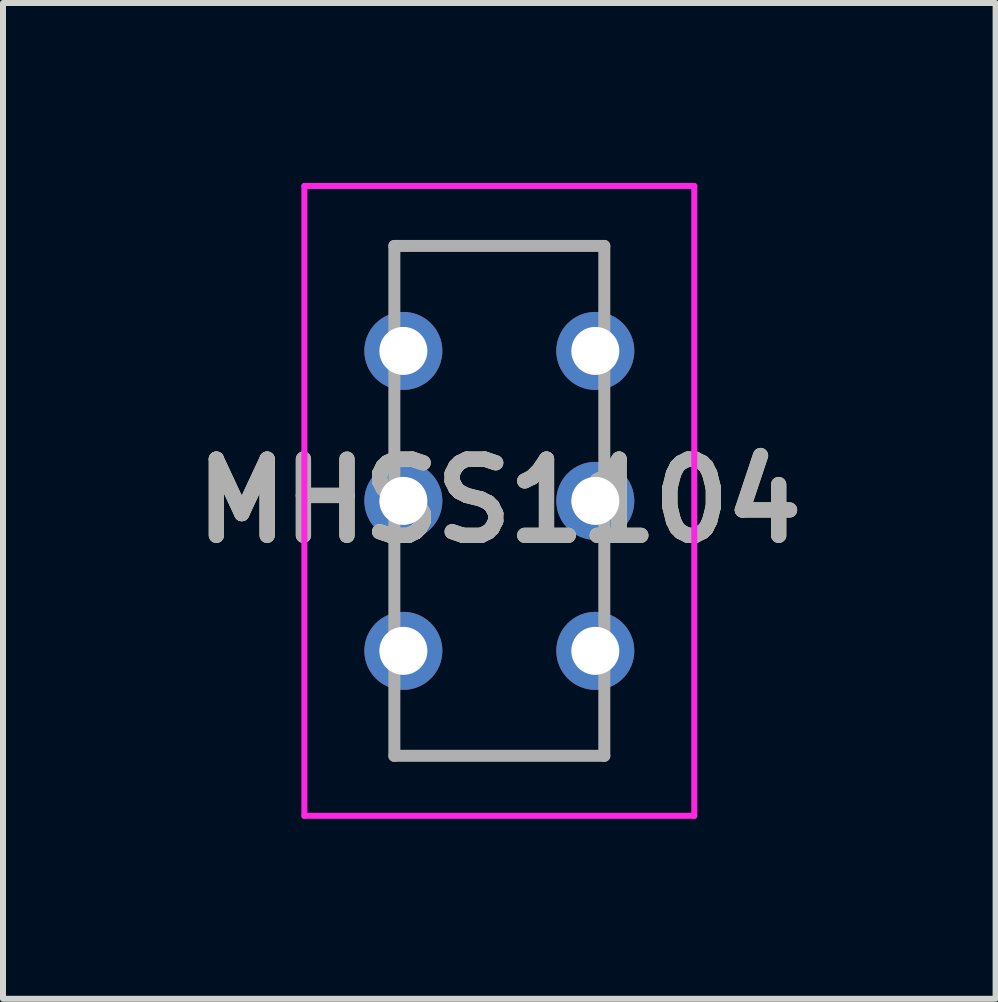
<source format=kicad_pcb>
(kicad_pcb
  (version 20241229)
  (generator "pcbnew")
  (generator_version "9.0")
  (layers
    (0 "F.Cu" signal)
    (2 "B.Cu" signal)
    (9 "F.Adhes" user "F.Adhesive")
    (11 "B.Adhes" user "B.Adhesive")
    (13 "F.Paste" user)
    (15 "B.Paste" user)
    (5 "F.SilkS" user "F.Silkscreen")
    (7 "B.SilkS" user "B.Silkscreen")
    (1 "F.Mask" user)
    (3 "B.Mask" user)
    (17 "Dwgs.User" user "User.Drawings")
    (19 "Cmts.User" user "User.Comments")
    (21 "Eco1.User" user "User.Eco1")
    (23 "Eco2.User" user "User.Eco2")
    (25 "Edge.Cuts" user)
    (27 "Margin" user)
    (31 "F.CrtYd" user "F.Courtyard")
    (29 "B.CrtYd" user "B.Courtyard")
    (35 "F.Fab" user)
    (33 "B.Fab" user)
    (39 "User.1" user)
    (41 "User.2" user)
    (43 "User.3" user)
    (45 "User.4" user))
  (footprint "MHSS1104"
    (layer "F.Cu")
    (at 3.674 7.8)
    (property "Reference" "MHSS1104" (at 1.6 -2.5 0) (layer "F.SilkS") (effects (font (size 1.27 1.27) (thickness 0.254))))
    (attr through_hole)
    (fp_line (start -0.15 -6.75) (end 3.3 -6.75) (stroke (width 0.1) (type solid)) (layer "F.SilkS"))
    (fp_line (start -0.15 1.75) (end 3.3 1.75) (stroke (width 0.1) (type solid)) (layer "F.SilkS"))
    (fp_line (start -1.65 -7.75) (end 4.85 -7.75) (stroke (width 0.1) (type solid)) (layer "F.CrtYd"))
    (fp_line (start -1.65 2.75) (end -1.65 -7.75) (stroke (width 0.1) (type solid)) (layer "F.CrtYd"))
    (fp_line (start 4.85 -7.75) (end 4.85 2.75) (stroke (width 0.1) (type solid)) (layer "F.CrtYd"))
    (fp_line (start 4.85 2.75) (end -1.65 2.75) (stroke (width 0.1) (type solid)) (layer "F.CrtYd"))
    (fp_line (start -0.15 -6.75) (end 3.35 -6.75) (stroke (width 0.2) (type solid)) (layer "F.Fab"))
    (fp_line (start -0.15 1.75) (end -0.15 -6.75) (stroke (width 0.2) (type solid)) (layer "F.Fab"))
    (fp_line (start 3.35 -6.75) (end 3.35 1.75) (stroke (width 0.2) (type solid)) (layer "F.Fab"))
    (fp_line (start 3.35 1.75) (end -0.15 1.75) (stroke (width 0.2) (type solid)) (layer "F.Fab"))
    (fp_text user "${REFERENCE}" (at 1.6 -2.5 0) (layer "F.Fab") (effects (font (size 1.27 1.27) (thickness 0.254))))
    (pad "A1" thru_hole circle (at 0 -5) (size 1.3 1.3) (drill 0.8) (layers "*.Cu" "*.Mask"))
    (pad "A2" thru_hole circle (at 0 -2.5) (size 1.3 1.3) (drill 0.8) (layers "*.Cu" "*.Mask"))
    (pad "A3" thru_hole circle (at 0 0) (size 1.3 1.3) (drill 0.8) (layers "*.Cu" "*.Mask"))
    (pad "B1" thru_hole circle (at 3.2 -5) (size 1.3 1.3) (drill 0.8) (layers "*.Cu" "*.Mask"))
    (pad "B2" thru_hole circle (at 3.2 -2.5) (size 1.3 1.3) (drill 0.8) (layers "*.Cu" "*.Mask"))
    (pad "B3" thru_hole circle (at 3.2 0) (size 1.3 1.3) (drill 0.8) (layers "*.Cu" "*.Mask")))
  (gr_rect
    (start -3 -3)
    (end 13.547 13.6)
    (stroke (width 0.1) (type default))
    (fill no)
    (layer "Edge.Cuts")))
</source>
